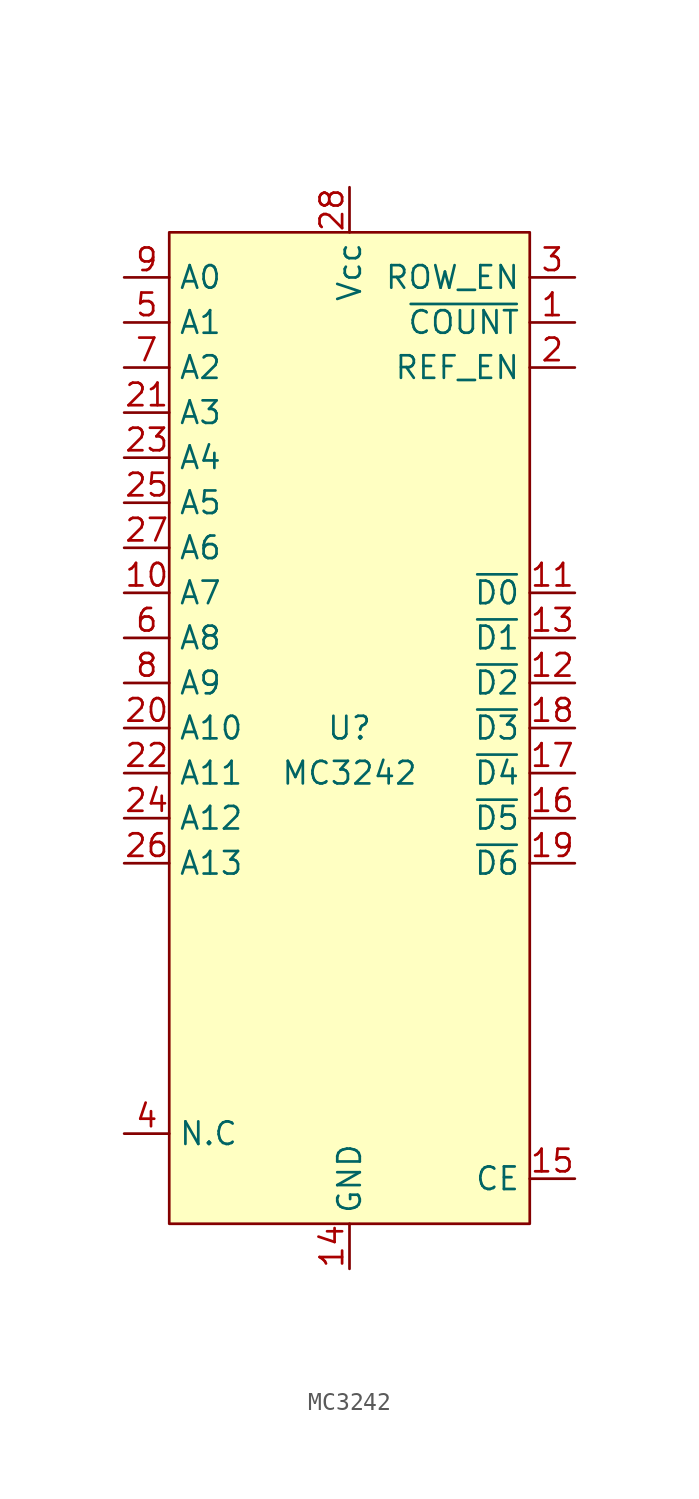
<source format=kicad_sym>
(kicad_symbol_lib
  (version 20220914)
  (generator kicad_symbol_editor)
  (symbol "MC3242"
    (property "Reference" "U"
      (at 0 0 0)
      (effects (font (size 1.27 1.27))))
    (property "Value" "MC3242"
      (at 0 -2.54 0)
      (effects (font (size 1.27 1.27))))
    (symbol "MC3242_1_1"
      (rectangle (start -10.16 27.94) (end 10.16 -27.94) (stroke (width 0) (type default)) (fill (type background)))
      (pin input line (at 12.7 22.86 180) (length 2.54) (name "~{COUNT}" (effects (font (size 1.27 1.27)))) (number "1" (effects (font (size 1.27 1.27)))))
      (pin input line (at -12.7 7.62 0) (length 2.54) (name "A7" (effects (font (size 1.27 1.27)))) (number "10" (effects (font (size 1.27 1.27)))))
      (pin output line (at 12.7 7.62 180) (length 2.54) (name "~{D0}" (effects (font (size 1.27 1.27)))) (number "11" (effects (font (size 1.27 1.27)))))
      (pin output line (at 12.7 2.54 180) (length 2.54) (name "~{D2}" (effects (font (size 1.27 1.27)))) (number "12" (effects (font (size 1.27 1.27)))))
      (pin output line (at 12.7 5.08 180) (length 2.54) (name "~{D1}" (effects (font (size 1.27 1.27)))) (number "13" (effects (font (size 1.27 1.27)))))
      (pin input line (at 0 -30.48 90) (length 2.54) (name "GND" (effects (font (size 1.27 1.27)))) (number "14" (effects (font (size 1.27 1.27)))))
      (pin input line (at 12.7 -25.4 180) (length 2.54) (name "CE" (effects (font (size 1.27 1.27)))) (number "15" (effects (font (size 1.27 1.27)))))
      (pin output line (at 12.7 -5.08 180) (length 2.54) (name "~{D5}" (effects (font (size 1.27 1.27)))) (number "16" (effects (font (size 1.27 1.27)))))
      (pin output line (at 12.7 -2.54 180) (length 2.54) (name "~{D4}" (effects (font (size 1.27 1.27)))) (number "17" (effects (font (size 1.27 1.27)))))
      (pin output line (at 12.7 0 180) (length 2.54) (name "~{D3}" (effects (font (size 1.27 1.27)))) (number "18" (effects (font (size 1.27 1.27)))))
      (pin output line (at 12.7 -7.62 180) (length 2.54) (name "~{D6}" (effects (font (size 1.27 1.27)))) (number "19" (effects (font (size 1.27 1.27)))))
      (pin input line (at 12.7 20.32 180) (length 2.54) (name "REF_EN" (effects (font (size 1.27 1.27)))) (number "2" (effects (font (size 1.27 1.27)))))
      (pin input line (at -12.7 0 0) (length 2.54) (name "A10" (effects (font (size 1.27 1.27)))) (number "20" (effects (font (size 1.27 1.27)))))
      (pin input line (at -12.7 17.78 0) (length 2.54) (name "A3" (effects (font (size 1.27 1.27)))) (number "21" (effects (font (size 1.27 1.27)))))
      (pin input line (at -12.7 -2.54 0) (length 2.54) (name "A11" (effects (font (size 1.27 1.27)))) (number "22" (effects (font (size 1.27 1.27)))))
      (pin input line (at -12.7 15.24 0) (length 2.54) (name "A4" (effects (font (size 1.27 1.27)))) (number "23" (effects (font (size 1.27 1.27)))))
      (pin input line (at -12.7 -5.08 0) (length 2.54) (name "A12" (effects (font (size 1.27 1.27)))) (number "24" (effects (font (size 1.27 1.27)))))
      (pin input line (at -12.7 12.7 0) (length 2.54) (name "A5" (effects (font (size 1.27 1.27)))) (number "25" (effects (font (size 1.27 1.27)))))
      (pin input line (at -12.7 -7.62 0) (length 2.54) (name "A13" (effects (font (size 1.27 1.27)))) (number "26" (effects (font (size 1.27 1.27)))))
      (pin input line (at -12.7 10.16 0) (length 2.54) (name "A6" (effects (font (size 1.27 1.27)))) (number "27" (effects (font (size 1.27 1.27)))))
      (pin input line (at 0 30.48 270) (length 2.54) (name "Vcc" (effects (font (size 1.27 1.27)))) (number "28" (effects (font (size 1.27 1.27)))))
      (pin input line (at 12.7 25.4 180) (length 2.54) (name "ROW_EN" (effects (font (size 1.27 1.27)))) (number "3" (effects (font (size 1.27 1.27)))))
      (pin passive line (at -12.7 -22.86 0) (length 2.54) (name "N.C" (effects (font (size 1.27 1.27)))) (number "4" (effects (font (size 1.27 1.27)))))
      (pin input line (at -12.7 22.86 0) (length 2.54) (name "A1" (effects (font (size 1.27 1.27)))) (number "5" (effects (font (size 1.27 1.27)))))
      (pin input line (at -12.7 5.08 0) (length 2.54) (name "A8" (effects (font (size 1.27 1.27)))) (number "6" (effects (font (size 1.27 1.27)))))
      (pin input line (at -12.7 20.32 0) (length 2.54) (name "A2" (effects (font (size 1.27 1.27)))) (number "7" (effects (font (size 1.27 1.27)))))
      (pin input line (at -12.7 2.54 0) (length 2.54) (name "A9" (effects (font (size 1.27 1.27)))) (number "8" (effects (font (size 1.27 1.27)))))
      (pin input line (at -12.7 25.4 0) (length 2.54) (name "A0" (effects (font (size 1.27 1.27)))) (number "9" (effects (font (size 1.27 1.27))))))))
</source>
